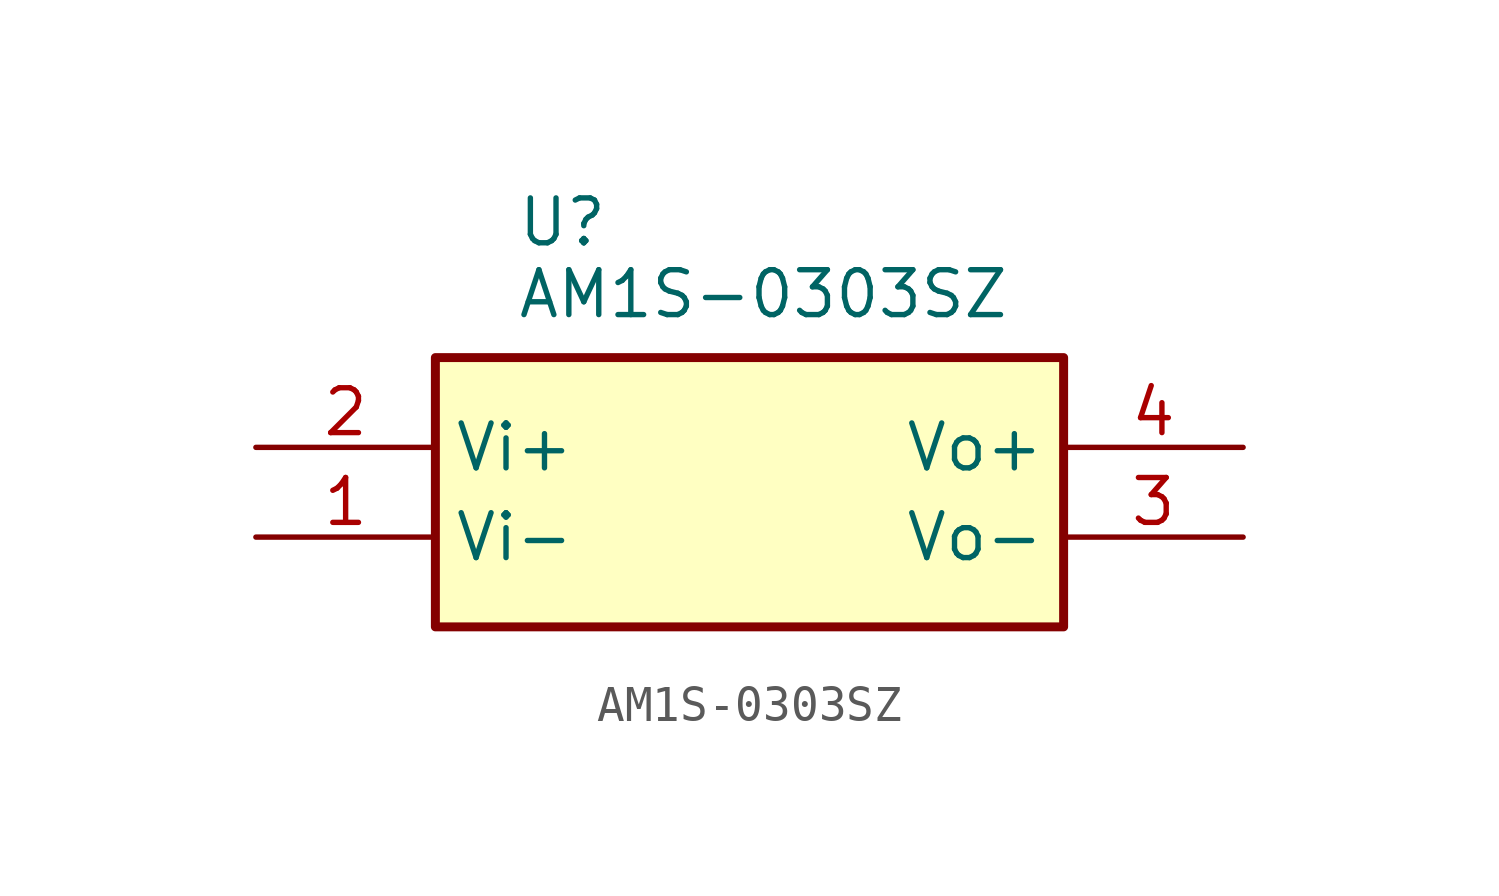
<source format=kicad_sym>
(kicad_symbol_lib
  (version 20231120)
  (generator "kicad_symbol_editor")
  (generator_version "8.0")
  (symbol "AM1S-0303SZ"
    (property "Reference" "U"
      (at -6.604 5.842 0)
      (effects (font (size 1.27 1.27)) (justify left top)))
    (property "Value" "AM1S-0303SZ"
      (at -6.604 3.81 0)
      (effects (font (size 1.27 1.27)) (justify left top)))
    (symbol "AM1S-0303SZ_1_1"
      (rectangle (start -8.89 1.27) (end 8.89 -6.35) (stroke (width 0.254) (type default)) (fill (type background)))
      (pin passive line (at -13.97 -3.81 0) (length 5.08) (name "Vi-" (effects (font (size 1.27 1.27)))) (number "1" (effects (font (size 1.27 1.27)))))
      (pin passive line (at -13.97 -1.27 0) (length 5.08) (name "Vi+" (effects (font (size 1.27 1.27)))) (number "2" (effects (font (size 1.27 1.27)))))
      (pin passive line (at 13.97 -3.81 180) (length 5.08) (name "Vo-" (effects (font (size 1.27 1.27)))) (number "3" (effects (font (size 1.27 1.27)))))
      (pin passive line (at 13.97 -1.27 180) (length 5.08) (name "Vo+" (effects (font (size 1.27 1.27)))) (number "4" (effects (font (size 1.27 1.27))))))))
</source>
